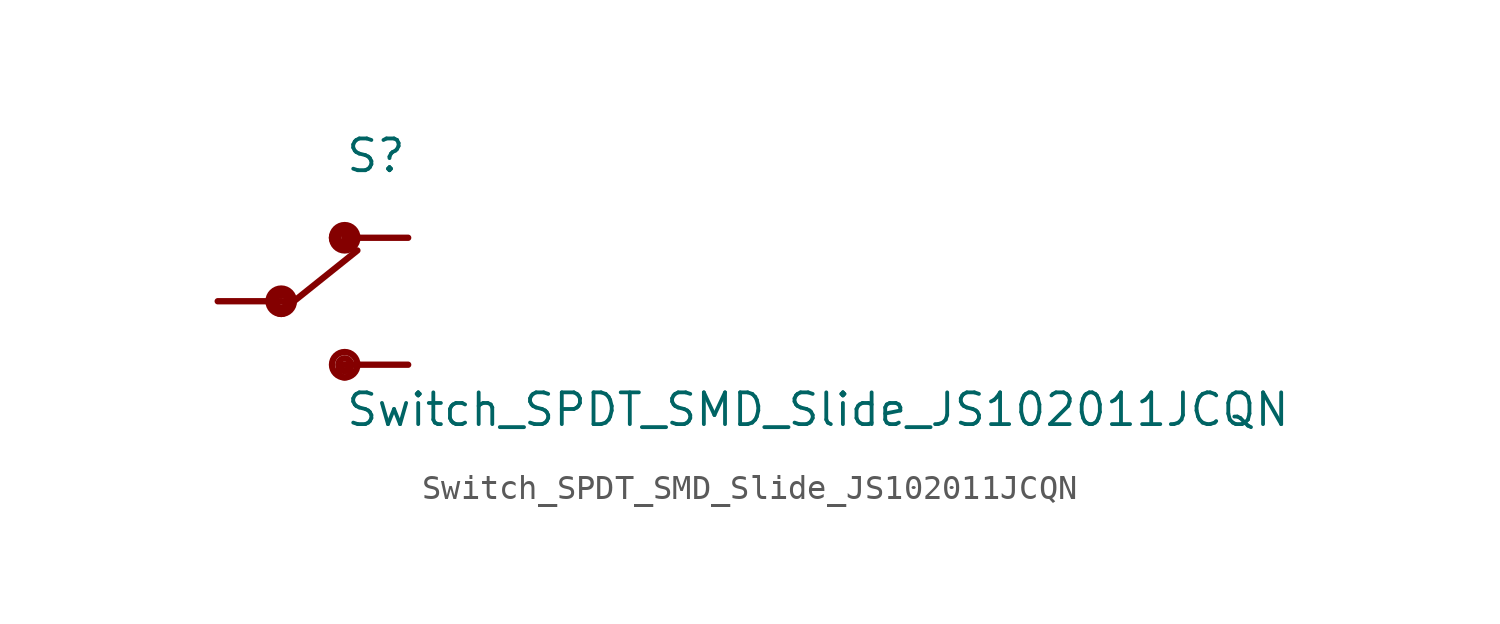
<source format=kicad_sym>
(kicad_symbol_lib
  (version 20201005)
  (generator kicad_symbol_editor)
  (symbol "NB3_charger:Switch_SPDT_SMD_Slide_JS102011JCQN"
    (pin_numbers hide)
    (pin_names
      (offset 1.016) hide)
    (property "Reference" "S"
      (at 0 5.08 0)
      (effects (font (size 1.27 1.27)) (justify left bottom)))
    (property "Value" "Switch_SPDT_SMD_Slide_JS102011JCQN"
      (at 0 -5.08 0)
      (effects (font (size 1.27 1.27)) (justify left bottom)))
    (property "ki_locked" ""
      (at 0 0 0)
      (effects (font (size 1.27 1.27))))
    (symbol "Switch_SPDT_SMD_Slide_JS102011JCQN_0_0"
      (circle (center 0 2.54) (radius 0.508) (stroke (width 0.254)) (fill (type none)))
      (circle (center -2.54 0) (radius 0.508) (stroke (width 0.254)) (fill (type none)))
      (circle (center 0 -2.54) (radius 0.508) (stroke (width 0.254)) (fill (type none)))
      (circle (center -2.54 0) (radius 0.356) (stroke (width 0.254)) (fill (type none)))
      (circle (center -2.54 0) (radius 0.254) (stroke (width 0.254)) (fill (type none)))
      (circle (center -2.54 -0.254) (radius 0.254) (stroke (width 0.254)) (fill (type none)))
      (circle (center 0 2.54) (radius 0.356) (stroke (width 0.254)) (fill (type none)))
      (circle (center 0 2.54) (radius 0.254) (stroke (width 0.254)) (fill (type none)))
      (circle (center 0 2.54) (radius 0.356) (stroke (width 0.254)) (fill (type none)))
      (circle (center -0.254 2.54) (radius 0.254) (stroke (width 0.254)) (fill (type none)))
      (circle (center 0 -2.54) (radius 0.254) (stroke (width 0.254)) (fill (type none)))
      (circle (center 0 -2.794) (radius 0.254) (stroke (width 0.254)) (fill (type none)))
      (polyline (pts (xy 0 2.54) (xy 2.54 2.54)) (stroke (width 0.254)) (fill (type none)))
      (polyline (pts (xy 0 -2.54) (xy 2.54 -2.54)) (stroke (width 0.254)) (fill (type none)))
      (polyline (pts (xy -2.032 0) (xy 0.508 2.032)) (stroke (width 0.254)) (fill (type none)))
      (polyline (pts (xy -5.08 0) (xy -2.54 0)) (stroke (width 0.254)) (fill (type none)))
      (pin passive line (at 2.54 -2.54 180) (length 2.54) (name "~" (effects (font (size 1.016 1.016)))) (number "3" (effects (font (size 1.016 1.016)))))
      (pin passive line (at 2.54 2.54 180) (length 2.54) (name "~" (effects (font (size 1.016 1.016)))) (number "1" (effects (font (size 1.016 1.016)))))
      (pin passive line (at -5.08 0 0) (length 2.54) (name "~" (effects (font (size 1.016 1.016)))) (number "2" (effects (font (size 1.016 1.016))))))))
</source>
